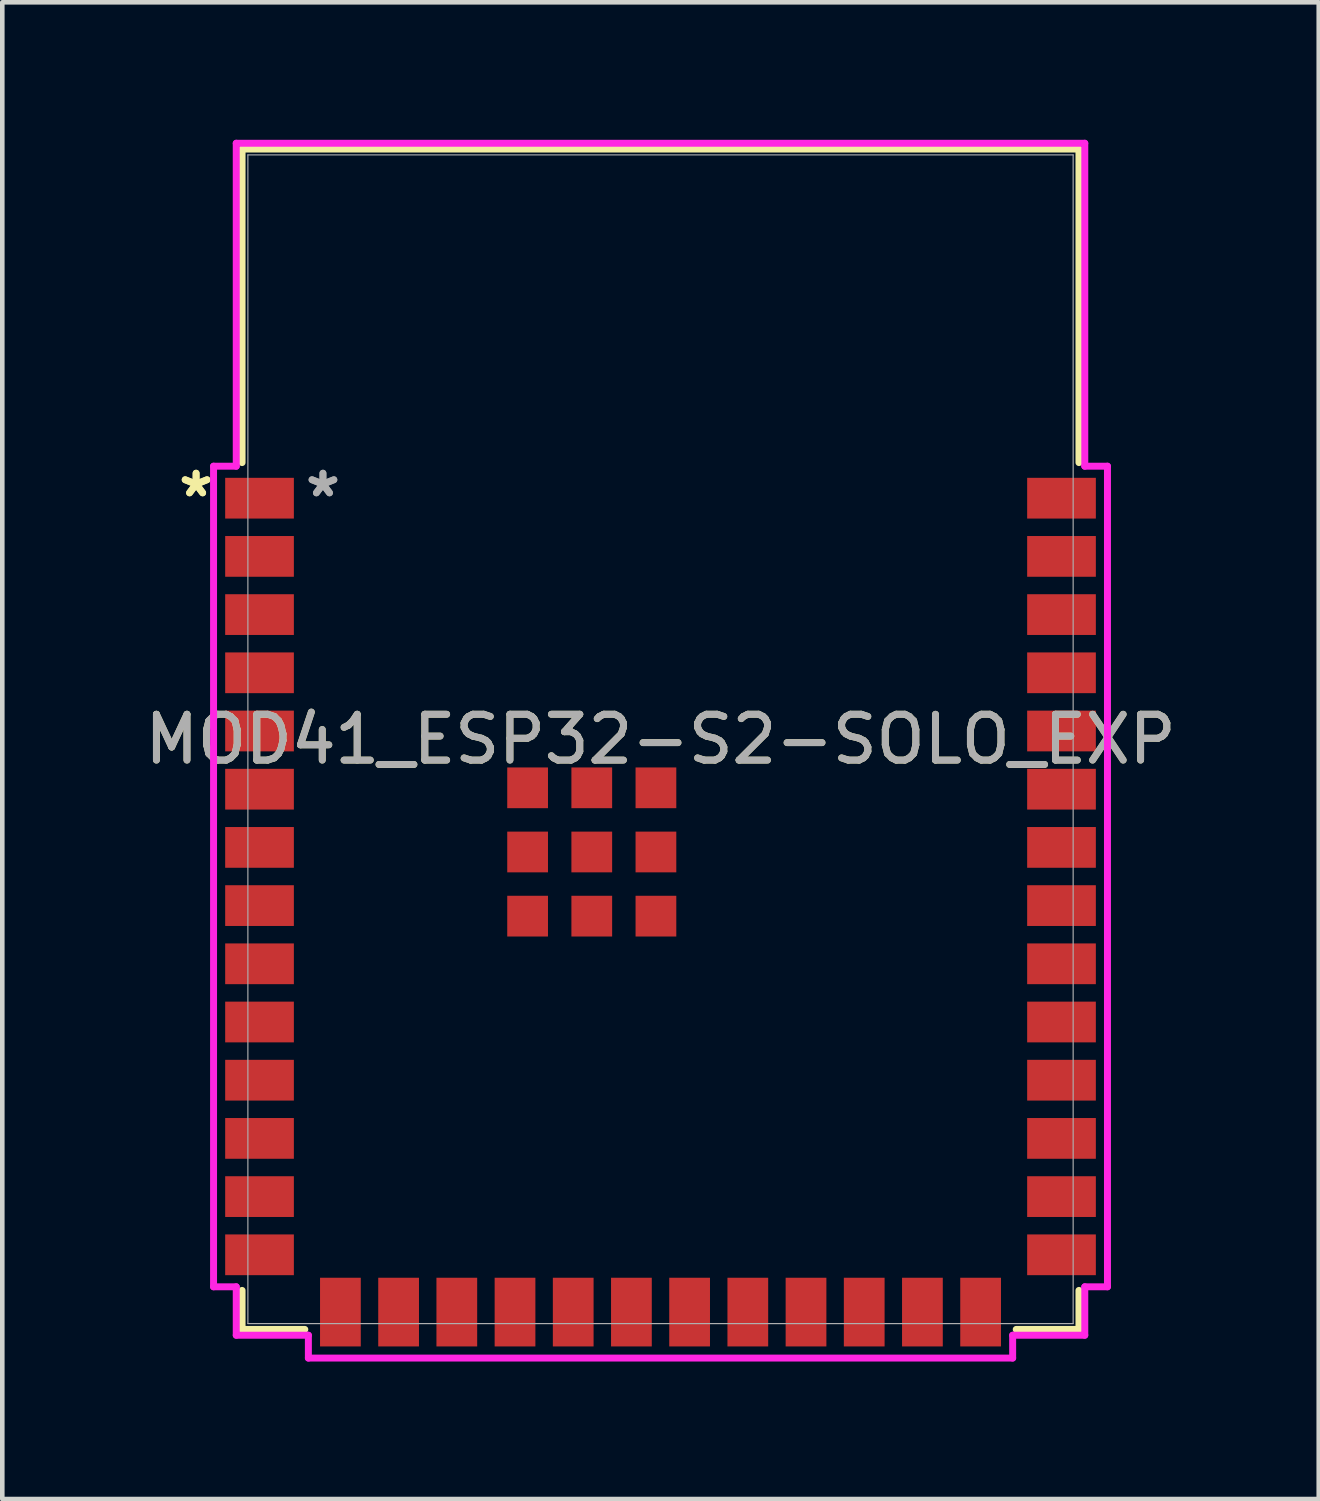
<source format=kicad_pcb>
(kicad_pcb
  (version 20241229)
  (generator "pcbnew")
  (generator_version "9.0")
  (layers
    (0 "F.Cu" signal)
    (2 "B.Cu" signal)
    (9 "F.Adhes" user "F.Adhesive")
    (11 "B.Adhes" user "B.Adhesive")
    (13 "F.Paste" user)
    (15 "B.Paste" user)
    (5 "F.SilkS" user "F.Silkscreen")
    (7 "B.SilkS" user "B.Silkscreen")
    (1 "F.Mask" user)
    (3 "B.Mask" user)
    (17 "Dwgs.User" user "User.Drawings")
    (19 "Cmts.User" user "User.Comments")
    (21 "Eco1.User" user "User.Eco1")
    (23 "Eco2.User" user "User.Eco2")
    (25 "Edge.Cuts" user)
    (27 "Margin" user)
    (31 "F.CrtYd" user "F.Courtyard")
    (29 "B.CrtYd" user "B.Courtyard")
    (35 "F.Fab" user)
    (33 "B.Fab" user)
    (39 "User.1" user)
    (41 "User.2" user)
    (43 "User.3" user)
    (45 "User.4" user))
  (footprint "MOD41_ESP32-S2-SOLO_EXP"
    (layer "F.Cu")
    (at 11.363 13.081)
    (property "Reference" "MOD41_ESP32-S2-SOLO_EXP" (at 0 0 0) (unlocked yes) (layer "F.SilkS") (effects (font (size 1 1) (thickness 0.15))))
    (attr smd)
    (fp_line (start -9.131 -12.878) (end 9.131 -12.878) (stroke (width 0.152) (type solid)) (layer "F.SilkS"))
    (fp_line (start -9.131 -6.037) (end -9.131 -12.878) (stroke (width 0.152) (type solid)) (layer "F.SilkS"))
    (fp_line (start -9.131 12.878) (end -9.131 12.027) (stroke (width 0.152) (type solid)) (layer "F.SilkS"))
    (fp_line (start -7.762 12.878) (end -9.131 12.878) (stroke (width 0.152) (type solid)) (layer "F.SilkS"))
    (fp_line (start 9.131 -12.878) (end 9.131 -6.037) (stroke (width 0.152) (type solid)) (layer "F.SilkS"))
    (fp_line (start 9.131 12.027) (end 9.131 12.878) (stroke (width 0.152) (type solid)) (layer "F.SilkS"))
    (fp_line (start 9.131 12.878) (end 7.762 12.878) (stroke (width 0.152) (type solid)) (layer "F.SilkS"))
    (fp_poly (pts (xy -9.004 -12.751) (xy -9.004 -6.756) (xy 9.004 -6.756) (xy 9.004 -12.751)) (stroke (width 0.1) (type solid)) (fill no) (layer "Eco2.User"))
    (fp_line (start -9.753 -5.958) (end -9.753 11.948) (stroke (width 0.152) (type solid)) (layer "F.CrtYd"))
    (fp_line (start -9.753 11.948) (end -9.258 11.948) (stroke (width 0.152) (type solid)) (layer "F.CrtYd"))
    (fp_line (start -9.258 -13.005) (end -9.258 -5.958) (stroke (width 0.152) (type solid)) (layer "F.CrtYd"))
    (fp_line (start -9.258 -5.958) (end -9.753 -5.958) (stroke (width 0.152) (type solid)) (layer "F.CrtYd"))
    (fp_line (start -9.258 11.948) (end -9.258 13.005) (stroke (width 0.152) (type solid)) (layer "F.CrtYd"))
    (fp_line (start -9.258 13.005) (end -7.684 13.005) (stroke (width 0.152) (type solid)) (layer "F.CrtYd"))
    (fp_line (start -7.684 13.005) (end -7.684 13.503) (stroke (width 0.152) (type solid)) (layer "F.CrtYd"))
    (fp_line (start -7.684 13.503) (end 7.684 13.503) (stroke (width 0.152) (type solid)) (layer "F.CrtYd"))
    (fp_line (start 7.684 13.005) (end 9.258 13.005) (stroke (width 0.152) (type solid)) (layer "F.CrtYd"))
    (fp_line (start 7.684 13.503) (end 7.684 13.005) (stroke (width 0.152) (type solid)) (layer "F.CrtYd"))
    (fp_line (start 9.258 -13.005) (end -9.258 -13.005) (stroke (width 0.152) (type solid)) (layer "F.CrtYd"))
    (fp_line (start 9.258 -5.958) (end 9.258 -13.005) (stroke (width 0.152) (type solid)) (layer "F.CrtYd"))
    (fp_line (start 9.258 11.948) (end 9.753 11.948) (stroke (width 0.152) (type solid)) (layer "F.CrtYd"))
    (fp_line (start 9.258 13.005) (end 9.258 11.948) (stroke (width 0.152) (type solid)) (layer "F.CrtYd"))
    (fp_line (start 9.753 -5.958) (end 9.258 -5.958) (stroke (width 0.152) (type solid)) (layer "F.CrtYd"))
    (fp_line (start 9.753 11.948) (end 9.753 -5.958) (stroke (width 0.152) (type solid)) (layer "F.CrtYd"))
    (fp_line (start -9.004 -12.751) (end -9.004 12.751) (stroke (width 0.025) (type solid)) (layer "F.Fab"))
    (fp_line (start -9.004 12.751) (end 9.004 12.751) (stroke (width 0.025) (type solid)) (layer "F.Fab"))
    (fp_line (start 9.004 -12.751) (end -9.004 -12.751) (stroke (width 0.025) (type solid)) (layer "F.Fab"))
    (fp_line (start 9.004 12.751) (end 9.004 -12.751) (stroke (width 0.025) (type solid)) (layer "F.Fab"))
    (fp_text user "*" (at -10.134 -5.26 0) (unlocked yes) (layer "F.SilkS") (effects (font (size 1 1) (thickness 0.15))))
    (fp_text user "*" (at -10.134 -5.26 0) (layer "F.SilkS") (effects (font (size 1 1) (thickness 0.15))))
    (fp_text user "*" (at -7.366 -5.26 0) (unlocked yes) (layer "F.Fab") (effects (font (size 1 1) (thickness 0.15))))
    (fp_text user "${REFERENCE}" (at 0 0 0) (unlocked yes) (layer "F.Fab") (effects (font (size 1 1) (thickness 0.15))))
    (fp_text user "*" (at -7.366 -5.26 0) (layer "F.Fab") (effects (font (size 1 1) (thickness 0.15))))
    (pad "1" smd rect (at -8.75 -5.26) (size 1.499 0.889) (layers "F.Cu" "F.Mask" "F.Paste"))
    (pad "2" smd rect (at -8.75 -3.99) (size 1.499 0.889) (layers "F.Cu" "F.Mask" "F.Paste"))
    (pad "3" smd rect (at -8.75 -2.72) (size 1.499 0.889) (layers "F.Cu" "F.Mask" "F.Paste"))
    (pad "4" smd rect (at -8.75 -1.45) (size 1.499 0.889) (layers "F.Cu" "F.Mask" "F.Paste"))
    (pad "5" smd rect (at -8.75 -0.18) (size 1.499 0.889) (layers "F.Cu" "F.Mask" "F.Paste"))
    (pad "6" smd rect (at -8.75 1.09) (size 1.499 0.889) (layers "F.Cu" "F.Mask" "F.Paste"))
    (pad "7" smd rect (at -8.75 2.36) (size 1.499 0.889) (layers "F.Cu" "F.Mask" "F.Paste"))
    (pad "8" smd rect (at -8.75 3.63) (size 1.499 0.889) (layers "F.Cu" "F.Mask" "F.Paste"))
    (pad "9" smd rect (at -8.75 4.9) (size 1.499 0.889) (layers "F.Cu" "F.Mask" "F.Paste"))
    (pad "10" smd rect (at -8.75 6.17) (size 1.499 0.889) (layers "F.Cu" "F.Mask" "F.Paste"))
    (pad "11" smd rect (at -8.75 7.44) (size 1.499 0.889) (layers "F.Cu" "F.Mask" "F.Paste"))
    (pad "12" smd rect (at -8.75 8.71) (size 1.499 0.889) (layers "F.Cu" "F.Mask" "F.Paste"))
    (pad "13" smd rect (at -8.75 9.98) (size 1.499 0.889) (layers "F.Cu" "F.Mask" "F.Paste"))
    (pad "14" smd rect (at -8.75 11.25) (size 1.499 0.889) (layers "F.Cu" "F.Mask" "F.Paste"))
    (pad "15" smd rect (at -6.985 12.5 90) (size 1.499 0.889) (layers "F.Cu" "F.Mask" "F.Paste"))
    (pad "16" smd rect (at -5.715 12.5 90) (size 1.499 0.889) (layers "F.Cu" "F.Mask" "F.Paste"))
    (pad "17" smd rect (at -4.445 12.5 90) (size 1.499 0.889) (layers "F.Cu" "F.Mask" "F.Paste"))
    (pad "18" smd rect (at -3.175 12.5 90) (size 1.499 0.889) (layers "F.Cu" "F.Mask" "F.Paste"))
    (pad "19" smd rect (at -1.905 12.5 90) (size 1.499 0.889) (layers "F.Cu" "F.Mask" "F.Paste"))
    (pad "20" smd rect (at -0.635 12.5 90) (size 1.499 0.889) (layers "F.Cu" "F.Mask" "F.Paste"))
    (pad "21" smd rect (at 0.635 12.5 90) (size 1.499 0.889) (layers "F.Cu" "F.Mask" "F.Paste"))
    (pad "22" smd rect (at 1.905 12.5 90) (size 1.499 0.889) (layers "F.Cu" "F.Mask" "F.Paste"))
    (pad "23" smd rect (at 3.175 12.5 90) (size 1.499 0.889) (layers "F.Cu" "F.Mask" "F.Paste"))
    (pad "24" smd rect (at 4.445 12.5 90) (size 1.499 0.889) (layers "F.Cu" "F.Mask" "F.Paste"))
    (pad "25" smd rect (at 5.715 12.5 90) (size 1.499 0.889) (layers "F.Cu" "F.Mask" "F.Paste"))
    (pad "26" smd rect (at 6.985 12.5 90) (size 1.499 0.889) (layers "F.Cu" "F.Mask" "F.Paste"))
    (pad "27" smd rect (at 8.75 11.25) (size 1.499 0.889) (layers "F.Cu" "F.Mask" "F.Paste"))
    (pad "28" smd rect (at 8.75 9.98) (size 1.499 0.889) (layers "F.Cu" "F.Mask" "F.Paste"))
    (pad "29" smd rect (at 8.75 8.71) (size 1.499 0.889) (layers "F.Cu" "F.Mask" "F.Paste"))
    (pad "30" smd rect (at 8.75 7.44) (size 1.499 0.889) (layers "F.Cu" "F.Mask" "F.Paste"))
    (pad "31" smd rect (at 8.75 6.17) (size 1.499 0.889) (layers "F.Cu" "F.Mask" "F.Paste"))
    (pad "32" smd rect (at 8.75 4.9) (size 1.499 0.889) (layers "F.Cu" "F.Mask" "F.Paste"))
    (pad "33" smd rect (at 8.75 3.63) (size 1.499 0.889) (layers "F.Cu" "F.Mask" "F.Paste"))
    (pad "34" smd rect (at 8.75 2.36) (size 1.499 0.889) (layers "F.Cu" "F.Mask" "F.Paste"))
    (pad "35" smd rect (at 8.75 1.09) (size 1.499 0.889) (layers "F.Cu" "F.Mask" "F.Paste"))
    (pad "36" smd rect (at 8.75 -0.18) (size 1.499 0.889) (layers "F.Cu" "F.Mask" "F.Paste"))
    (pad "37" smd rect (at 8.75 -1.45) (size 1.499 0.889) (layers "F.Cu" "F.Mask" "F.Paste"))
    (pad "38" smd rect (at 8.75 -2.72) (size 1.499 0.889) (layers "F.Cu" "F.Mask" "F.Paste"))
    (pad "39" smd rect (at 8.75 -3.99) (size 1.499 0.889) (layers "F.Cu" "F.Mask" "F.Paste"))
    (pad "40" smd rect (at 8.75 -5.26) (size 1.499 0.889) (layers "F.Cu" "F.Mask" "F.Paste"))
    (pad "41" smd rect (at -1.5 2.46) (size 0.889 0.889) (layers "F.Cu" "F.Mask" "F.Paste"))
    (pad "42" smd rect (at -2.9 1.06) (size 0.889 0.889) (layers "F.Cu" "F.Mask" "F.Paste"))
    (pad "43" smd rect (at -2.9 2.46) (size 0.889 0.889) (layers "F.Cu" "F.Mask" "F.Paste"))
    (pad "44" smd rect (at -2.9 3.86) (size 0.889 0.889) (layers "F.Cu" "F.Mask" "F.Paste"))
    (pad "45" smd rect (at -1.5 3.86) (size 0.889 0.889) (layers "F.Cu" "F.Mask" "F.Paste"))
    (pad "46" smd rect (at -0.1 3.86) (size 0.889 0.889) (layers "F.Cu" "F.Mask" "F.Paste"))
    (pad "47" smd rect (at -0.1 2.46) (size 0.889 0.889) (layers "F.Cu" "F.Mask" "F.Paste"))
    (pad "48" smd rect (at -0.1 1.06) (size 0.889 0.889) (layers "F.Cu" "F.Mask" "F.Paste"))
    (pad "49" smd rect (at -1.5 1.06) (size 0.889 0.889) (layers "F.Cu" "F.Mask" "F.Paste")))
  (gr_rect
    (start -3 -3)
    (end 25.726 29.66)
    (stroke (width 0.1) (type default))
    (fill no)
    (layer "Edge.Cuts")))
</source>
